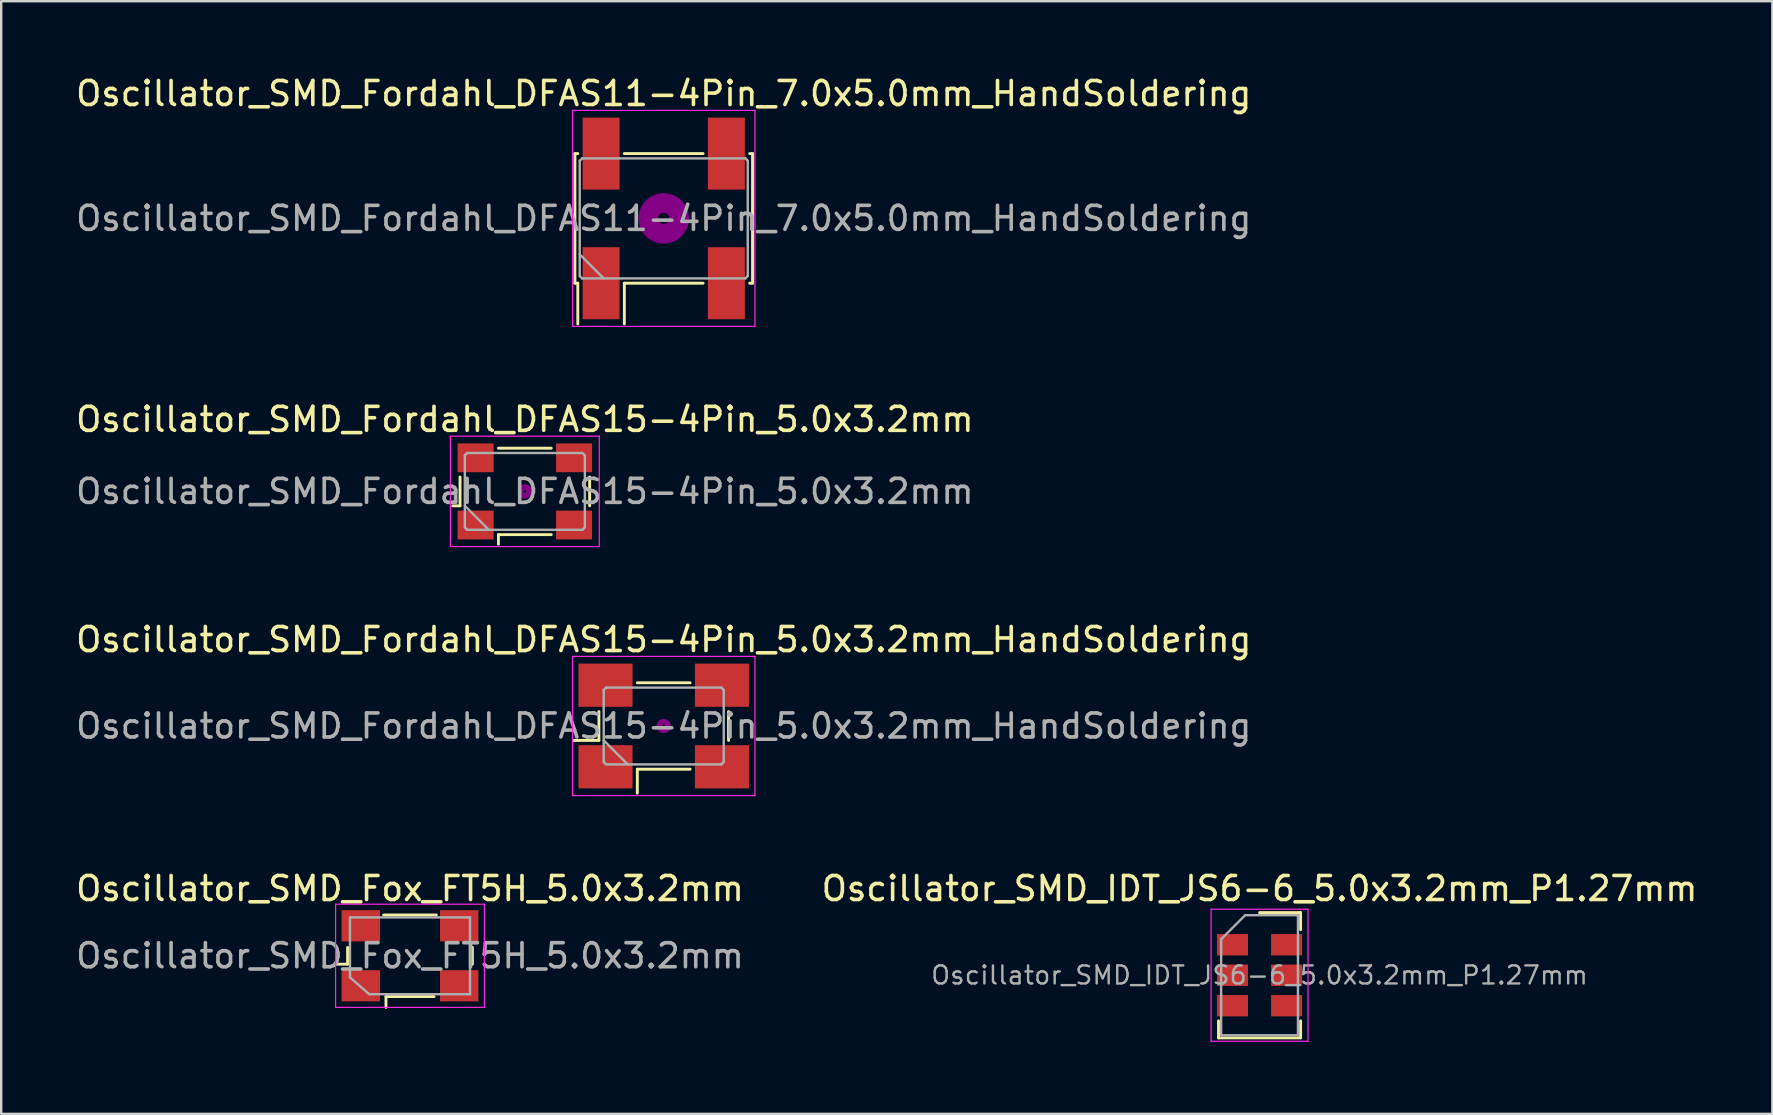
<source format=kicad_pcb>
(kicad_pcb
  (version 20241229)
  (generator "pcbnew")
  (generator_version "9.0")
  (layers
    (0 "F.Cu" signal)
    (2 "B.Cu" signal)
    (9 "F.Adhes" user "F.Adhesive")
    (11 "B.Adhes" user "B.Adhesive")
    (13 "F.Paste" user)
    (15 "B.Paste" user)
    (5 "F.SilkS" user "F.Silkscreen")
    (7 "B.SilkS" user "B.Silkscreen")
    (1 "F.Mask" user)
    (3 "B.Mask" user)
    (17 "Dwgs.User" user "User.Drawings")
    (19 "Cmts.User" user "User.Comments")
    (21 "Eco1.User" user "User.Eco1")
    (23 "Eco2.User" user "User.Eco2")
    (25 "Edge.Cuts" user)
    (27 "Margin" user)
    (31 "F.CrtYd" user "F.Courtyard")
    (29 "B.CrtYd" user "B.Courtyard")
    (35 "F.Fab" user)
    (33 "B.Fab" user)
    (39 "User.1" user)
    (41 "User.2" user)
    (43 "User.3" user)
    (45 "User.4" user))
  (footprint "Oscillator_SMD_Fordahl_DFAS15-4Pin_5.0x3.2mm"
    (layer "F.Cu")
    (at 18.815 17.422)
    (property "Reference" "Oscillator_SMD_Fordahl_DFAS15-4Pin_5.0x3.2mm" (at 0 -3 0) (layer "F.SilkS") (effects (font (size 1 1) (thickness 0.15))))
    (attr smd)
    (fp_line (start -3 0.6) (end -2.7 0.6) (stroke (width 0.12) (type solid)) (layer "F.SilkS"))
    (fp_line (start -2.7 0.6) (end -2.7 -0.6) (stroke (width 0.12) (type solid)) (layer "F.SilkS"))
    (fp_line (start -1.1 -1.8) (end 1.1 -1.8) (stroke (width 0.12) (type solid)) (layer "F.SilkS"))
    (fp_line (start -1.1 1.8) (end -1.1 2.2) (stroke (width 0.12) (type solid)) (layer "F.SilkS"))
    (fp_line (start 1.1 1.8) (end -1.1 1.8) (stroke (width 0.12) (type solid)) (layer "F.SilkS"))
    (fp_line (start 2.7 -0.6) (end 2.7 0.6) (stroke (width 0.12) (type solid)) (layer "F.SilkS"))
    (fp_circle (center 0 0) (end 0.058 0) (stroke (width 0.117) (type solid)) (fill no) (layer "F.Adhes"))
    (fp_circle (center 0 0) (end 0.133 0) (stroke (width 0.083) (type solid)) (fill no) (layer "F.Adhes"))
    (fp_circle (center 0 0) (end 0.208 0) (stroke (width 0.083) (type solid)) (fill no) (layer "F.Adhes"))
    (fp_circle (center 0 0) (end 0.25 0) (stroke (width 0.1) (type solid)) (fill no) (layer "F.Adhes"))
    (fp_line (start -3.1 -2.3) (end -3.1 2.3) (stroke (width 0.05) (type solid)) (layer "F.CrtYd"))
    (fp_line (start -3.1 2.3) (end 3.1 2.3) (stroke (width 0.05) (type solid)) (layer "F.CrtYd"))
    (fp_line (start 3.1 -2.3) (end -3.1 -2.3) (stroke (width 0.05) (type solid)) (layer "F.CrtYd"))
    (fp_line (start 3.1 2.3) (end 3.1 -2.3) (stroke (width 0.05) (type solid)) (layer "F.CrtYd"))
    (fp_line (start -2.5 -1.5) (end -2.4 -1.6) (stroke (width 0.1) (type solid)) (layer "F.Fab"))
    (fp_line (start -2.5 0.6) (end -1.5 1.6) (stroke (width 0.1) (type solid)) (layer "F.Fab"))
    (fp_line (start -2.5 1.5) (end -2.5 -1.5) (stroke (width 0.1) (type solid)) (layer "F.Fab"))
    (fp_line (start -2.4 -1.6) (end 2.4 -1.6) (stroke (width 0.1) (type solid)) (layer "F.Fab"))
    (fp_line (start -2.4 1.6) (end -2.5 1.5) (stroke (width 0.1) (type solid)) (layer "F.Fab"))
    (fp_line (start 2.4 -1.6) (end 2.5 -1.5) (stroke (width 0.1) (type solid)) (layer "F.Fab"))
    (fp_line (start 2.4 1.6) (end -2.4 1.6) (stroke (width 0.1) (type solid)) (layer "F.Fab"))
    (fp_line (start 2.5 -1.5) (end 2.5 1.5) (stroke (width 0.1) (type solid)) (layer "F.Fab"))
    (fp_line (start 2.5 1.5) (end 2.4 1.6) (stroke (width 0.1) (type solid)) (layer "F.Fab"))
    (fp_text user "${REFERENCE}" (at 0 0 0) (layer "F.Fab") (effects (font (size 1 1) (thickness 0.15))))
    (pad "1" smd rect (at -2.05 1.4) (size 1.5 1.2) (layers "F.Cu" "F.Mask" "F.Paste"))
    (pad "2" smd rect (at 2.05 1.4) (size 1.5 1.2) (layers "F.Cu" "F.Mask" "F.Paste"))
    (pad "3" smd rect (at 2.05 -1.4) (size 1.5 1.2) (layers "F.Cu" "F.Mask" "F.Paste"))
    (pad "4" smd rect (at -2.05 -1.4) (size 1.5 1.2) (layers "F.Cu" "F.Mask" "F.Paste")))
  (footprint "Oscillator_SMD_Fordahl_DFAS11-4Pin_7.0x5.0mm_HandSoldering"
    (layer "F.Cu")
    (at 24.601 6.048)
    (property "Reference" "Oscillator_SMD_Fordahl_DFAS11-4Pin_7.0x5.0mm_HandSoldering" (at 0 -5.2 0) (layer "F.SilkS") (effects (font (size 1 1) (thickness 0.15))))
    (attr smd)
    (fp_line (start -3.7 -2.7) (end -3.58 -2.7) (stroke (width 0.12) (type solid)) (layer "F.SilkS"))
    (fp_line (start -3.7 2.7) (end -3.7 -2.7) (stroke (width 0.12) (type solid)) (layer "F.SilkS"))
    (fp_line (start -3.58 2.7) (end -3.7 2.7) (stroke (width 0.12) (type solid)) (layer "F.SilkS"))
    (fp_line (start -3.58 4.4) (end -3.58 2.7) (stroke (width 0.12) (type solid)) (layer "F.SilkS"))
    (fp_line (start -1.64 -2.7) (end 1.64 -2.7) (stroke (width 0.12) (type solid)) (layer "F.SilkS"))
    (fp_line (start -1.64 2.7) (end -1.64 4.4) (stroke (width 0.12) (type solid)) (layer "F.SilkS"))
    (fp_line (start 1.64 2.7) (end -1.64 2.7) (stroke (width 0.12) (type solid)) (layer "F.SilkS"))
    (fp_line (start 3.58 -2.7) (end 3.7 -2.7) (stroke (width 0.12) (type solid)) (layer "F.SilkS"))
    (fp_line (start 3.7 -2.7) (end 3.7 2.7) (stroke (width 0.12) (type solid)) (layer "F.SilkS"))
    (fp_line (start 3.7 2.7) (end 3.58 2.7) (stroke (width 0.12) (type solid)) (layer "F.SilkS"))
    (fp_circle (center 0 0) (end 0.233 0) (stroke (width 0.467) (type solid)) (fill no) (layer "F.Adhes"))
    (fp_circle (center 0 0) (end 0.533 0) (stroke (width 0.333) (type solid)) (fill no) (layer "F.Adhes"))
    (fp_circle (center 0 0) (end 0.833 0) (stroke (width 0.333) (type solid)) (fill no) (layer "F.Adhes"))
    (fp_circle (center 0 0) (end 1 0) (stroke (width 0.1) (type solid)) (fill no) (layer "F.Adhes"))
    (fp_line (start -3.8 -4.5) (end -3.8 4.5) (stroke (width 0.05) (type solid)) (layer "F.CrtYd"))
    (fp_line (start -3.8 4.5) (end 3.8 4.5) (stroke (width 0.05) (type solid)) (layer "F.CrtYd"))
    (fp_line (start 3.8 -4.5) (end -3.8 -4.5) (stroke (width 0.05) (type solid)) (layer "F.CrtYd"))
    (fp_line (start 3.8 4.5) (end 3.8 -4.5) (stroke (width 0.05) (type solid)) (layer "F.CrtYd"))
    (fp_line (start -3.5 -2.4) (end -3.4 -2.5) (stroke (width 0.1) (type solid)) (layer "F.Fab"))
    (fp_line (start -3.5 1.5) (end -2.5 2.5) (stroke (width 0.1) (type solid)) (layer "F.Fab"))
    (fp_line (start -3.5 2.4) (end -3.5 -2.4) (stroke (width 0.1) (type solid)) (layer "F.Fab"))
    (fp_line (start -3.4 -2.5) (end 3.4 -2.5) (stroke (width 0.1) (type solid)) (layer "F.Fab"))
    (fp_line (start -3.4 2.5) (end -3.5 2.4) (stroke (width 0.1) (type solid)) (layer "F.Fab"))
    (fp_line (start 3.4 -2.5) (end 3.5 -2.4) (stroke (width 0.1) (type solid)) (layer "F.Fab"))
    (fp_line (start 3.4 2.5) (end -3.4 2.5) (stroke (width 0.1) (type solid)) (layer "F.Fab"))
    (fp_line (start 3.5 -2.4) (end 3.5 2.4) (stroke (width 0.1) (type solid)) (layer "F.Fab"))
    (fp_line (start 3.5 2.4) (end 3.4 2.5) (stroke (width 0.1) (type solid)) (layer "F.Fab"))
    (fp_text user "${REFERENCE}" (at 0 0 0) (layer "F.Fab") (effects (font (size 1 1) (thickness 0.15))))
    (pad "1" smd rect (at -2.61 2.7) (size 1.54 3) (layers "F.Cu" "F.Mask" "F.Paste"))
    (pad "2" smd rect (at 2.61 2.7) (size 1.54 3) (layers "F.Cu" "F.Mask" "F.Paste"))
    (pad "3" smd rect (at 2.61 -2.7) (size 1.54 3) (layers "F.Cu" "F.Mask" "F.Paste"))
    (pad "4" smd rect (at -2.61 -2.7) (size 1.54 3) (layers "F.Cu" "F.Mask" "F.Paste")))
  (footprint "Oscillator_SMD_IDT_JS6-6_5.0x3.2mm_P1.27mm"
    (layer "F.Cu")
    (at 49.423 37.578)
    (property "Reference" "Oscillator_SMD_IDT_JS6-6_5.0x3.2mm_P1.27mm" (at 0 -3.61 0) (layer "F.SilkS") (effects (font (size 1 1) (thickness 0.15))))
    (attr smd)
    (fp_line (start -1.71 2.61) (end -1.71 1.9) (stroke (width 0.12) (type solid)) (layer "F.SilkS"))
    (fp_line (start 0 -2.61) (end 1.71 -2.61) (stroke (width 0.12) (type solid)) (layer "F.SilkS"))
    (fp_line (start 1.71 -2.61) (end 1.71 -1.9) (stroke (width 0.12) (type solid)) (layer "F.SilkS"))
    (fp_line (start 1.71 1.9) (end 1.71 2.61) (stroke (width 0.12) (type solid)) (layer "F.SilkS"))
    (fp_line (start 1.71 2.61) (end -1.71 2.61) (stroke (width 0.12) (type solid)) (layer "F.SilkS"))
    (fp_line (start -2.02 -2.75) (end -2.02 2.75) (stroke (width 0.05) (type solid)) (layer "F.CrtYd"))
    (fp_line (start -2.02 2.75) (end 2.02 2.75) (stroke (width 0.05) (type solid)) (layer "F.CrtYd"))
    (fp_line (start 2.02 -2.75) (end -2.02 -2.75) (stroke (width 0.05) (type solid)) (layer "F.CrtYd"))
    (fp_line (start 2.02 2.75) (end 2.02 -2.75) (stroke (width 0.05) (type solid)) (layer "F.CrtYd"))
    (fp_line (start -1.6 -1.5) (end -1.6 2.5) (stroke (width 0.1) (type solid)) (layer "F.Fab"))
    (fp_line (start -1.6 2.5) (end 1.6 2.5) (stroke (width 0.1) (type solid)) (layer "F.Fab"))
    (fp_line (start -0.6 -2.5) (end -1.6 -1.5) (stroke (width 0.1) (type solid)) (layer "F.Fab"))
    (fp_line (start 1.6 -2.5) (end -0.6 -2.5) (stroke (width 0.1) (type solid)) (layer "F.Fab"))
    (fp_line (start 1.6 2.5) (end 1.6 -2.5) (stroke (width 0.1) (type solid)) (layer "F.Fab"))
    (fp_text user "${REFERENCE}" (at 0 0 0) (layer "F.Fab") (effects (font (size 0.75 0.75) (thickness 0.1))))
    (pad "1" smd rect (at -1.125 -1.27 270) (size 0.89 1.29) (layers "F.Cu" "F.Mask" "F.Paste"))
    (pad "2" smd rect (at -1.125 0 270) (size 0.89 1.29) (layers "F.Cu" "F.Mask" "F.Paste"))
    (pad "3" smd rect (at -1.125 1.27 270) (size 0.89 1.29) (layers "F.Cu" "F.Mask" "F.Paste"))
    (pad "4" smd rect (at 1.125 1.27 270) (size 0.89 1.29) (layers "F.Cu" "F.Mask" "F.Paste"))
    (pad "5" smd rect (at 1.125 0 270) (size 0.89 1.29) (layers "F.Cu" "F.Mask" "F.Paste"))
    (pad "6" smd rect (at 1.125 -1.27 270) (size 0.89 1.29) (layers "F.Cu" "F.Mask" "F.Paste")))
  (footprint "Oscillator_SMD_Fordahl_DFAS15-4Pin_5.0x3.2mm_HandSoldering"
    (layer "F.Cu")
    (at 24.601 27.195)
    (property "Reference" "Oscillator_SMD_Fordahl_DFAS15-4Pin_5.0x3.2mm_HandSoldering" (at 0 -3.6 0) (layer "F.SilkS") (effects (font (size 1 1) (thickness 0.15))))
    (attr smd)
    (fp_line (start -3.75 0.6) (end -2.7 0.6) (stroke (width 0.12) (type solid)) (layer "F.SilkS"))
    (fp_line (start -2.7 0.6) (end -2.7 -0.6) (stroke (width 0.12) (type solid)) (layer "F.SilkS"))
    (fp_line (start -1.1 -1.8) (end 1.1 -1.8) (stroke (width 0.12) (type solid)) (layer "F.SilkS"))
    (fp_line (start -1.1 1.8) (end -1.1 2.8) (stroke (width 0.12) (type solid)) (layer "F.SilkS"))
    (fp_line (start 1.1 1.8) (end -1.1 1.8) (stroke (width 0.12) (type solid)) (layer "F.SilkS"))
    (fp_line (start 2.7 -0.6) (end 2.7 0.6) (stroke (width 0.12) (type solid)) (layer "F.SilkS"))
    (fp_circle (center 0 0) (end 0.058 0) (stroke (width 0.117) (type solid)) (fill no) (layer "F.Adhes"))
    (fp_circle (center 0 0) (end 0.133 0) (stroke (width 0.083) (type solid)) (fill no) (layer "F.Adhes"))
    (fp_circle (center 0 0) (end 0.208 0) (stroke (width 0.083) (type solid)) (fill no) (layer "F.Adhes"))
    (fp_circle (center 0 0) (end 0.25 0) (stroke (width 0.1) (type solid)) (fill no) (layer "F.Adhes"))
    (fp_line (start -3.8 -2.9) (end -3.8 2.9) (stroke (width 0.05) (type solid)) (layer "F.CrtYd"))
    (fp_line (start -3.8 2.9) (end 3.8 2.9) (stroke (width 0.05) (type solid)) (layer "F.CrtYd"))
    (fp_line (start 3.8 -2.9) (end -3.8 -2.9) (stroke (width 0.05) (type solid)) (layer "F.CrtYd"))
    (fp_line (start 3.8 2.9) (end 3.8 -2.9) (stroke (width 0.05) (type solid)) (layer "F.CrtYd"))
    (fp_line (start -2.5 -1.5) (end -2.4 -1.6) (stroke (width 0.1) (type solid)) (layer "F.Fab"))
    (fp_line (start -2.5 0.6) (end -1.5 1.6) (stroke (width 0.1) (type solid)) (layer "F.Fab"))
    (fp_line (start -2.5 1.5) (end -2.5 -1.5) (stroke (width 0.1) (type solid)) (layer "F.Fab"))
    (fp_line (start -2.4 -1.6) (end 2.4 -1.6) (stroke (width 0.1) (type solid)) (layer "F.Fab"))
    (fp_line (start -2.4 1.6) (end -2.5 1.5) (stroke (width 0.1) (type solid)) (layer "F.Fab"))
    (fp_line (start 2.4 -1.6) (end 2.5 -1.5) (stroke (width 0.1) (type solid)) (layer "F.Fab"))
    (fp_line (start 2.4 1.6) (end -2.4 1.6) (stroke (width 0.1) (type solid)) (layer "F.Fab"))
    (fp_line (start 2.5 -1.5) (end 2.5 1.5) (stroke (width 0.1) (type solid)) (layer "F.Fab"))
    (fp_line (start 2.5 1.5) (end 2.4 1.6) (stroke (width 0.1) (type solid)) (layer "F.Fab"))
    (fp_text user "${REFERENCE}" (at 0 0 0) (layer "F.Fab") (effects (font (size 1 1) (thickness 0.15))))
    (pad "1" smd rect (at -2.425 1.7) (size 2.25 1.8) (layers "F.Cu" "F.Mask" "F.Paste"))
    (pad "2" smd rect (at 2.425 1.7) (size 2.25 1.8) (layers "F.Cu" "F.Mask" "F.Paste"))
    (pad "3" smd rect (at 2.425 -1.7) (size 2.25 1.8) (layers "F.Cu" "F.Mask" "F.Paste"))
    (pad "4" smd rect (at -2.425 -1.7) (size 2.25 1.8) (layers "F.Cu" "F.Mask" "F.Paste")))
  (footprint "Oscillator_SMD_Fox_FT5H_5.0x3.2mm"
    (layer "F.Cu")
    (at 14.03 36.768)
    (property "Reference" "Oscillator_SMD_Fox_FT5H_5.0x3.2mm" (at 0 -2.8 0) (layer "F.SilkS") (effects (font (size 1 1) (thickness 0.15))))
    (attr smd)
    (fp_line (start -2.6 0.35) (end -3.1 0.35) (stroke (width 0.12) (type solid)) (layer "F.SilkS"))
    (fp_line (start -2.6 0.35) (end -2.6 -0.35) (stroke (width 0.12) (type solid)) (layer "F.SilkS"))
    (fp_line (start -1.1 -1.7) (end 1.1 -1.7) (stroke (width 0.12) (type solid)) (layer "F.SilkS"))
    (fp_line (start -1 1.7) (end -1 2.15) (stroke (width 0.12) (type solid)) (layer "F.SilkS"))
    (fp_line (start 1 1.7) (end -1 1.7) (stroke (width 0.12) (type solid)) (layer "F.SilkS"))
    (fp_line (start 2.6 -0.35) (end 2.6 0.35) (stroke (width 0.12) (type solid)) (layer "F.SilkS"))
    (fp_line (start -3.1 -2.15) (end 3.1 -2.15) (stroke (width 0.05) (type solid)) (layer "F.CrtYd"))
    (fp_line (start -3.1 2.15) (end -3.1 -2.15) (stroke (width 0.05) (type solid)) (layer "F.CrtYd"))
    (fp_line (start 3.1 -2.15) (end 3.1 2.15) (stroke (width 0.05) (type solid)) (layer "F.CrtYd"))
    (fp_line (start 3.1 2.15) (end -3.1 2.15) (stroke (width 0.05) (type solid)) (layer "F.CrtYd"))
    (fp_line (start -2.5 -1.6) (end 2.5 -1.6) (stroke (width 0.1) (type solid)) (layer "F.Fab"))
    (fp_line (start -2.5 0.9) (end -2.5 -1.6) (stroke (width 0.1) (type solid)) (layer "F.Fab"))
    (fp_line (start -1.7 1.6) (end -2.5 0.9) (stroke (width 0.1) (type solid)) (layer "F.Fab"))
    (fp_line (start 2.5 -1.6) (end 2.5 1.6) (stroke (width 0.1) (type solid)) (layer "F.Fab"))
    (fp_line (start 2.5 1.6) (end -1.7 1.6) (stroke (width 0.1) (type solid)) (layer "F.Fab"))
    (fp_text user "${REFERENCE}" (at 0 0 0) (layer "F.Fab") (effects (font (size 1 1) (thickness 0.15))))
    (pad "1" smd rect (at -2.05 1.25) (size 1.6 1.3) (layers "F.Cu" "F.Mask" "F.Paste"))
    (pad "2" smd rect (at 2.05 1.25) (size 1.6 1.3) (layers "F.Cu" "F.Mask" "F.Paste"))
    (pad "3" smd rect (at 2.05 -1.25) (size 1.6 1.3) (layers "F.Cu" "F.Mask" "F.Paste"))
    (pad "4" smd rect (at -2.05 -1.25) (size 1.6 1.3) (layers "F.Cu" "F.Mask" "F.Paste")))
  (gr_rect
    (start -3 -3)
    (end 70.786 43.353)
    (stroke (width 0.1) (type default))
    (fill no)
    (layer "Edge.Cuts")))
</source>
